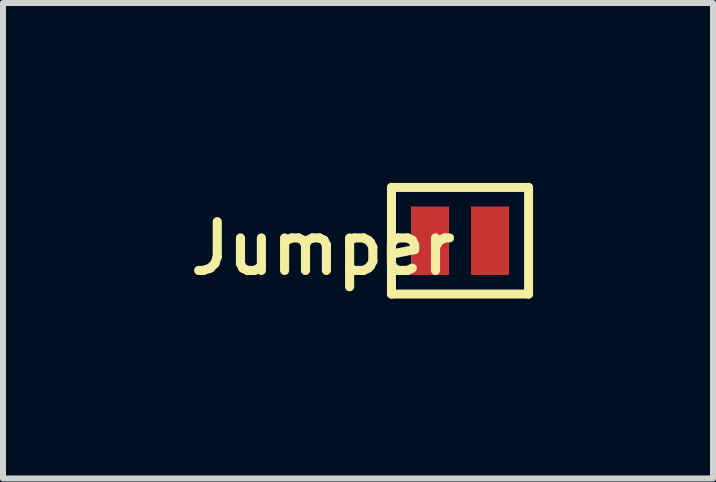
<source format=kicad_pcb>
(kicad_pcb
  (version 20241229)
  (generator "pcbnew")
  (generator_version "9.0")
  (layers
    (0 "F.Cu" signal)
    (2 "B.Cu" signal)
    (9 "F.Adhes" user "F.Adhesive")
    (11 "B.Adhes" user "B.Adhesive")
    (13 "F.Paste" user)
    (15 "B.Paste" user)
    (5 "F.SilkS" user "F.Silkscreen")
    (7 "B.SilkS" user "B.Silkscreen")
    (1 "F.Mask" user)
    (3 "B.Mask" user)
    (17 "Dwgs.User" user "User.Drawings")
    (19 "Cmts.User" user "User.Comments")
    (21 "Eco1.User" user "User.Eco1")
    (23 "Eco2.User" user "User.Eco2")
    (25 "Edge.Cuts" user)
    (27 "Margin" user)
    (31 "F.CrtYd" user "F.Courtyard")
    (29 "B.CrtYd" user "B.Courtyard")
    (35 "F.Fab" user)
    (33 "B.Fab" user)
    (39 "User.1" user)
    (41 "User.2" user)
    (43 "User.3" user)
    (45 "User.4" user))
  (footprint "Jumper"
    (layer "F.Cu")
    (at 4.62 0.964)
    (property "Reference" "Jumper" (at -2.286 0.127 0) (layer "F.SilkS") (effects (font (size 0.813 0.813) (thickness 0.152))))
    (attr smd)
    (fp_line (start -1.143 -0.889) (end 1.143 -0.889) (stroke (width 0.15) (type solid)) (layer "F.SilkS"))
    (fp_line (start -1.143 0.889) (end -1.143 -0.889) (stroke (width 0.15) (type solid)) (layer "F.SilkS"))
    (fp_line (start 1.143 -0.889) (end 1.143 0.889) (stroke (width 0.15) (type solid)) (layer "F.SilkS"))
    (fp_line (start 1.143 0.889) (end -1.143 0.889) (stroke (width 0.15) (type solid)) (layer "F.SilkS"))
    (pad "1" smd rect (at -0.5 0 180) (size 0.635 1.143) (layers "F.Cu" "F.Mask" "F.Paste"))
    (pad "2" smd rect (at 0.5 0 180) (size 0.635 1.143) (layers "F.Cu" "F.Mask" "F.Paste")))
  (gr_rect
    (start -3 -3)
    (end 8.838 4.928)
    (stroke (width 0.1) (type default))
    (fill no)
    (layer "Edge.Cuts")))
</source>
